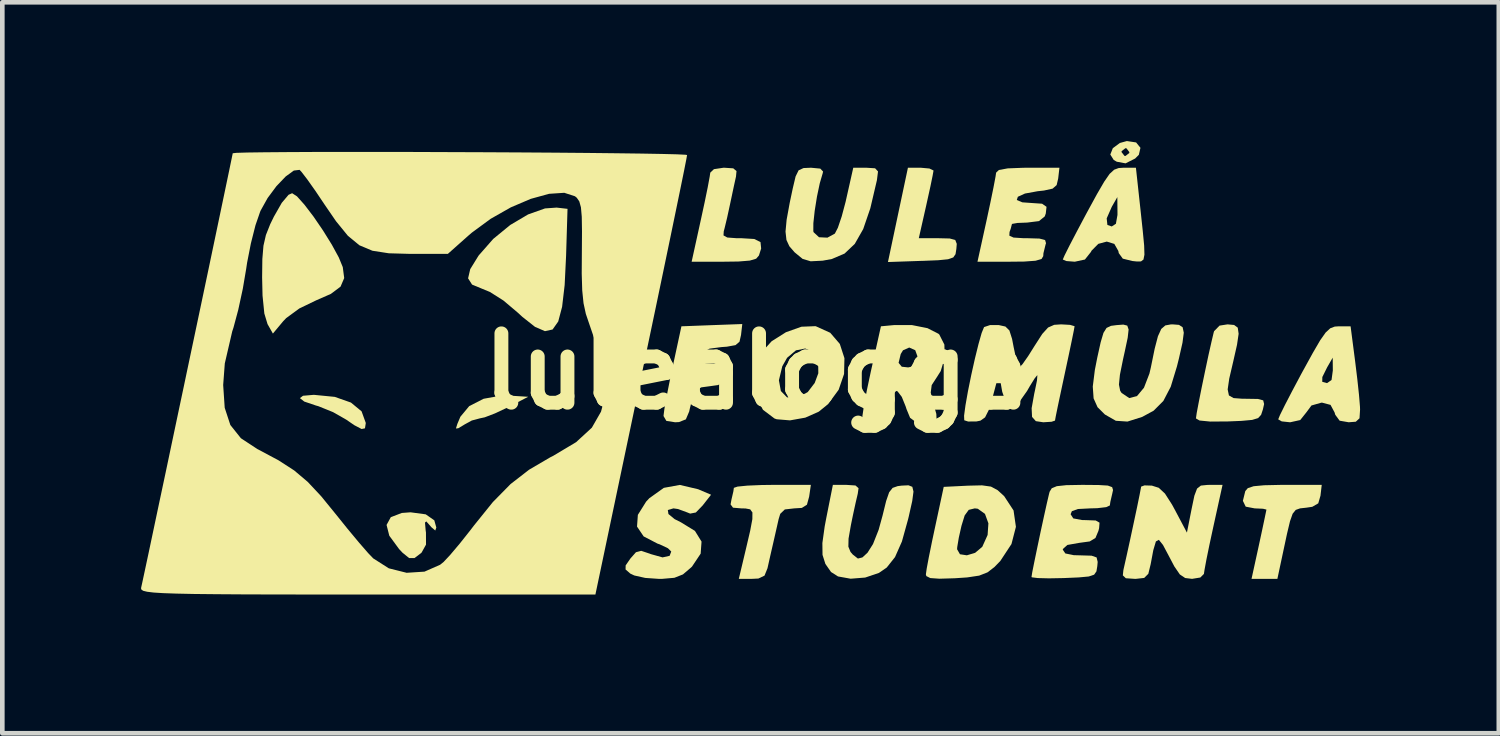
<source format=kicad_pcb>
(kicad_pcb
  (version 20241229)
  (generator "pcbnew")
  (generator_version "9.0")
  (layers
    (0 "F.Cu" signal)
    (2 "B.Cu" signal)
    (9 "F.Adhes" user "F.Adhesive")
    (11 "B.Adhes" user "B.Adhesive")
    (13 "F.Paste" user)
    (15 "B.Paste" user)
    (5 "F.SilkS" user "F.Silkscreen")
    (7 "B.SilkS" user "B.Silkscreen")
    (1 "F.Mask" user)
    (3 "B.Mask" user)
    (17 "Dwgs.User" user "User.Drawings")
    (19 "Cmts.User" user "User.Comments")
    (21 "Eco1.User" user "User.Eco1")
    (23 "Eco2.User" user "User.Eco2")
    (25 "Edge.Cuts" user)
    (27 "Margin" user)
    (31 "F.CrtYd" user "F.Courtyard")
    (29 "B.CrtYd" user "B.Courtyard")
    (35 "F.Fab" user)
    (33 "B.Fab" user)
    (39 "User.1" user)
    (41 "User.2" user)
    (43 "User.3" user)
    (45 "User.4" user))
  (footprint "lulealogga"
    (layer "F.Cu")
    (at 13.328 4.98)
    (property "Reference" "lulealogga" (at 0 0 0) (layer "F.SilkS") (effects (font (size 1.5 1.5) (thickness 0.3))))
    (attr board_only exclude_from_pos_files exclude_from_bom)
    (fp_poly (pts (xy -5.356 0.525) (xy -4.956 0.55) (xy -5.407 0.783) (xy -5.674 0.909) (xy -5.896 0.994) (xy -6 1.016) (xy -6.176 1.063) (xy -6.331 1.148) (xy -6.467 1.23) (xy -6.519 1.236) (xy -6.488 1.136) (xy -6.423 0.982) (xy -6.232 0.752) (xy -5.921 0.593) (xy -5.534 0.523)) (stroke (width 0) (type solid)) (fill yes) (layer "F.SilkS"))
    (fp_poly (pts (xy -9.139 0.552) (xy -8.789 0.675) (xy -8.559 0.865) (xy -8.47 1.111) (xy -8.469 1.122) (xy -8.486 1.232) (xy -8.559 1.247) (xy -8.717 1.164) (xy -8.89 1.045) (xy -9.176 0.882) (xy -9.495 0.753) (xy -9.546 0.739) (xy -9.799 0.653) (xy -9.893 0.579) (xy -9.826 0.528) (xy -9.596 0.508) (xy -9.588 0.508)) (stroke (width 0) (type solid)) (fill yes) (layer "F.SilkS"))
    (fp_poly (pts (xy -7.172 3.092) (xy -6.987 3.221) (xy -6.943 3.377) (xy -6.966 3.442) (xy -7.052 3.368) (xy -7.076 3.339) (xy -7.16 3.245) (xy -7.188 3.27) (xy -7.174 3.435) (xy -7.167 3.485) (xy -7.166 3.747) (xy -7.261 3.918) (xy -7.273 3.93) (xy -7.416 4.038) (xy -7.531 4.038) (xy -7.675 3.921) (xy -7.748 3.843) (xy -7.96 3.554) (xy -8.019 3.321) (xy -7.927 3.153) (xy -7.689 3.062) (xy -7.5 3.048)) (stroke (width 0) (type solid)) (fill yes) (layer "F.SilkS"))
    (fp_poly (pts (xy 8.189 -4.95) (xy 8.283 -4.834) (xy 8.248 -4.682) (xy 8.168 -4.602) (xy 7.961 -4.498) (xy 7.771 -4.533) (xy 7.705 -4.571) (xy 7.631 -4.689) (xy 7.652 -4.741) (xy 7.874 -4.741) (xy 7.938 -4.659) (xy 7.959 -4.657) (xy 8.041 -4.721) (xy 8.043 -4.741) (xy 7.979 -4.824) (xy 7.959 -4.826) (xy 7.876 -4.762) (xy 7.874 -4.741) (xy 7.652 -4.741) (xy 7.685 -4.825) (xy 7.837 -4.938) (xy 7.989 -4.98)) (stroke (width 0) (type solid)) (fill yes) (layer "F.SilkS"))
    (fp_poly (pts (xy -4.106 -3.514) (xy -4.137 -2.498) (xy -4.168 -1.866) (xy -4.223 -1.396) (xy -4.307 -1.078) (xy -4.429 -0.905) (xy -4.594 -0.869) (xy -4.809 -0.962) (xy -5.081 -1.177) (xy -5.179 -1.267) (xy -5.49 -1.53) (xy -5.785 -1.717) (xy -5.948 -1.784) (xy -6.17 -1.876) (xy -6.256 -2.011) (xy -6.21 -2.21) (xy -6.033 -2.497) (xy -6.02 -2.514) (xy -5.712 -2.864) (xy -5.345 -3.165) (xy -4.959 -3.393) (xy -4.593 -3.523) (xy -4.342 -3.541)) (stroke (width 0) (type solid)) (fill yes) (layer "F.SilkS"))
    (fp_poly (pts (xy 3.72 -4.386) (xy 3.807 -4.344) (xy 3.808 -4.339) (xy 3.789 -4.232) (xy 3.742 -4.003) (xy 3.674 -3.695) (xy 3.648 -3.577) (xy 3.49 -2.879) (xy 3.909 -2.879) (xy 4.158 -2.873) (xy 4.278 -2.841) (xy 4.311 -2.757) (xy 4.302 -2.646) (xy 4.284 -2.533) (xy 4.235 -2.463) (xy 4.123 -2.424) (xy 3.913 -2.403) (xy 3.57 -2.389) (xy 3.549 -2.389) (xy 2.823 -2.364) (xy 3.039 -3.384) (xy 3.255 -4.403) (xy 3.533 -4.403)) (stroke (width 0) (type solid)) (fill yes) (layer "F.SilkS"))
    (fp_poly (pts (xy -9.956 -3.784) (xy -9.794 -3.603) (xy -9.598 -3.346) (xy -9.393 -3.046) (xy -9.203 -2.74) (xy -9.052 -2.463) (xy -8.966 -2.254) (xy -8.935 -2.017) (xy -9.014 -1.832) (xy -9.223 -1.675) (xy -9.542 -1.535) (xy -9.905 -1.36) (xy -10.189 -1.152) (xy -10.255 -1.083) (xy -10.477 -0.817) (xy -10.593 -1.022) (xy -10.662 -1.251) (xy -10.701 -1.638) (xy -10.71 -2.032) (xy -10.705 -2.43) (xy -10.681 -2.717) (xy -10.628 -2.948) (xy -10.535 -3.182) (xy -10.456 -3.344) (xy -10.285 -3.644) (xy -10.138 -3.818) (xy -10.061 -3.852)) (stroke (width 0) (type solid)) (fill yes) (layer "F.SilkS"))
    (fp_poly (pts (xy -0.522 -4.39) (xy -0.452 -4.331) (xy -0.463 -4.212) (xy -0.506 -4.017) (xy -0.565 -3.739) (xy -0.595 -3.598) (xy -0.655 -3.322) (xy -0.709 -3.098) (xy -0.728 -3.027) (xy -0.733 -2.939) (xy -0.651 -2.894) (xy -0.45 -2.879) (xy -0.344 -2.879) (xy -0.067 -2.862) (xy 0.067 -2.795) (xy 0.081 -2.656) (xy 0.033 -2.505) (xy -0.027 -2.436) (xy -0.164 -2.395) (xy -0.411 -2.375) (xy -0.72 -2.371) (xy -1.422 -2.371) (xy -1.222 -3.281) (xy -1.14 -3.66) (xy -1.074 -3.982) (xy -1.032 -4.209) (xy -1.019 -4.297) (xy -0.94 -4.372) (xy -0.732 -4.403) (xy -0.718 -4.403)) (stroke (width 0) (type solid)) (fill yes) (layer "F.SilkS"))
    (fp_poly (pts (xy 12.176 2.688) (xy 12.128 2.854) (xy 11.999 2.929) (xy 11.87 2.948) (xy 11.734 2.963) (xy 11.641 2.996) (xy 11.574 3.079) (xy 11.517 3.241) (xy 11.452 3.513) (xy 11.384 3.831) (xy 11.244 4.487) (xy 10.964 4.487) (xy 10.685 4.487) (xy 10.846 3.751) (xy 10.917 3.421) (xy 10.972 3.161) (xy 11.003 3.011) (xy 11.007 2.989) (xy 10.933 2.971) (xy 10.755 2.963) (xy 10.753 2.963) (xy 10.559 2.926) (xy 10.498 2.8) (xy 10.55 2.589) (xy 10.605 2.525) (xy 10.731 2.484) (xy 10.958 2.463) (xy 11.318 2.455) (xy 11.402 2.455) (xy 12.203 2.455)) (stroke (width 0) (type solid)) (fill yes) (layer "F.SilkS"))
    (fp_poly (pts (xy 10.308 -1.003) (xy 10.387 -0.945) (xy 10.406 -0.812) (xy 10.371 -0.574) (xy 10.289 -0.212) (xy 10.203 0.157) (xy 10.169 0.391) (xy 10.196 0.521) (xy 10.296 0.578) (xy 10.48 0.592) (xy 10.576 0.593) (xy 10.822 0.597) (xy 10.937 0.627) (xy 10.957 0.707) (xy 10.93 0.826) (xy 10.892 0.94) (xy 10.827 1.011) (xy 10.698 1.05) (xy 10.468 1.071) (xy 10.175 1.083) (xy 9.794 1.086) (xy 9.56 1.063) (xy 9.483 1.018) (xy 9.499 0.903) (xy 9.544 0.665) (xy 9.607 0.349) (xy 9.68 -0.002) (xy 9.753 -0.346) (xy 9.819 -0.639) (xy 9.866 -0.838) (xy 9.875 -0.868) (xy 9.993 -0.989) (xy 10.166 -1.016)) (stroke (width 0) (type solid)) (fill yes) (layer "F.SilkS"))
    (fp_poly (pts (xy 1.119 2.709) (xy 1.071 2.884) (xy 0.961 2.953) (xy 0.796 2.963) (xy 0.593 2.986) (xy 0.494 3.081) (xy 0.459 3.196) (xy 0.402 3.448) (xy 0.339 3.725) (xy 0.339 3.725) (xy 0.275 4.003) (xy 0.219 4.254) (xy 0.219 4.255) (xy 0.154 4.417) (xy 0.022 4.48) (xy -0.118 4.487) (xy -0.402 4.487) (xy -0.246 3.831) (xy -0.156 3.446) (xy -0.109 3.195) (xy -0.108 3.051) (xy -0.156 2.984) (xy -0.257 2.965) (xy -0.349 2.963) (xy -0.528 2.948) (xy -0.58 2.877) (xy -0.561 2.773) (xy -0.52 2.597) (xy -0.509 2.519) (xy -0.43 2.492) (xy -0.218 2.471) (xy 0.091 2.458) (xy 0.324 2.455) (xy 1.156 2.455)) (stroke (width 0) (type solid)) (fill yes) (layer "F.SilkS"))
    (fp_poly (pts (xy -0.354 -0.787) (xy -0.387 -0.641) (xy -0.473 -0.567) (xy -0.661 -0.533) (xy -0.774 -0.525) (xy -1.034 -0.491) (xy -1.167 -0.421) (xy -1.211 -0.334) (xy -1.215 -0.223) (xy -1.12 -0.177) (xy -0.96 -0.169) (xy -0.764 -0.156) (xy -0.691 -0.091) (xy -0.693 0.064) (xy -0.735 0.222) (xy -0.848 0.296) (xy -1.033 0.322) (xy -1.213 0.346) (xy -1.323 0.406) (xy -1.394 0.542) (xy -1.459 0.795) (xy -1.475 0.868) (xy -1.547 1.038) (xy -1.696 1.097) (xy -1.78 1.101) (xy -1.969 1.071) (xy -2.029 0.968) (xy -2.029 0.953) (xy -2.011 0.811) (xy -1.964 0.547) (xy -1.895 0.2) (xy -1.835 -0.085) (xy -1.643 -0.974) (xy -0.985 -0.999) (xy -0.327 -1.023)) (stroke (width 0) (type solid)) (fill yes) (layer "F.SilkS"))
    (fp_poly (pts (xy 1.264 -0.975) (xy 1.575 -0.834) (xy 1.782 -0.593) (xy 1.882 -0.285) (xy 1.874 0.057) (xy 1.757 0.398) (xy 1.53 0.707) (xy 1.327 0.872) (xy 1.036 1.001) (xy 0.705 1.06) (xy 0.417 1.036) (xy 0.369 1.019) (xy 0.12 0.831) (xy -0.033 0.54) (xy -0.082 0.193) (xy 0.465 0.193) (xy 0.507 0.425) (xy 0.64 0.562) (xy 0.839 0.579) (xy 1.081 0.453) (xy 1.091 0.445) (xy 1.239 0.251) (xy 1.317 0.042) (xy 1.314 -0.238) (xy 1.207 -0.419) (xy 1.034 -0.494) (xy 0.833 -0.454) (xy 0.642 -0.293) (xy 0.538 -0.11) (xy 0.465 0.193) (xy -0.082 0.193) (xy -0.083 0.19) (xy -0.02 -0.177) (xy 0.087 -0.408) (xy 0.308 -0.651) (xy 0.617 -0.846) (xy 0.952 -0.965) (xy 1.252 -0.977)) (stroke (width 0) (type solid)) (fill yes) (layer "F.SilkS"))
    (fp_poly (pts (xy 2.121 2.468) (xy 2.187 2.526) (xy 2.17 2.646) (xy 2.126 2.833) (xy 2.065 3.114) (xy 2.021 3.329) (xy 1.971 3.616) (xy 1.967 3.791) (xy 2.013 3.904) (xy 2.062 3.961) (xy 2.173 4.048) (xy 2.27 4.024) (xy 2.381 3.922) (xy 2.5 3.734) (xy 2.621 3.428) (xy 2.706 3.12) (xy 2.784 2.803) (xy 2.849 2.615) (xy 2.924 2.52) (xy 3.033 2.482) (xy 3.119 2.471) (xy 3.267 2.464) (xy 3.35 2.497) (xy 3.375 2.6) (xy 3.348 2.804) (xy 3.273 3.138) (xy 3.258 3.2) (xy 3.125 3.679) (xy 2.976 4.016) (xy 2.797 4.242) (xy 2.627 4.359) (xy 2.331 4.459) (xy 2.016 4.484) (xy 1.743 4.435) (xy 1.592 4.339) (xy 1.47 4.164) (xy 1.408 3.968) (xy 1.405 3.712) (xy 1.455 3.353) (xy 1.491 3.163) (xy 1.632 2.455) (xy 1.926 2.455)) (stroke (width 0) (type solid)) (fill yes) (layer "F.SilkS"))
    (fp_poly (pts (xy 2.545 -4.391) (xy 2.608 -4.323) (xy 2.586 -4.147) (xy 2.583 -4.128) (xy 2.442 -3.527) (xy 2.288 -3.077) (xy 2.106 -2.757) (xy 1.885 -2.547) (xy 1.609 -2.429) (xy 1.41 -2.393) (xy 1.151 -2.38) (xy 0.977 -2.432) (xy 0.807 -2.572) (xy 0.8 -2.579) (xy 0.691 -2.705) (xy 0.628 -2.841) (xy 0.608 -3.022) (xy 0.632 -3.279) (xy 0.699 -3.646) (xy 0.765 -3.958) (xy 0.826 -4.215) (xy 0.891 -4.347) (xy 0.997 -4.396) (xy 1.159 -4.403) (xy 1.36 -4.384) (xy 1.42 -4.321) (xy 1.412 -4.284) (xy 1.349 -4.068) (xy 1.288 -3.779) (xy 1.239 -3.472) (xy 1.21 -3.204) (xy 1.209 -3.031) (xy 1.215 -3.009) (xy 1.332 -2.9) (xy 1.514 -2.891) (xy 1.675 -2.979) (xy 1.74 -3.105) (xy 1.823 -3.35) (xy 1.907 -3.665) (xy 1.924 -3.741) (xy 2.073 -4.403) (xy 2.355 -4.403)) (stroke (width 0) (type solid)) (fill yes) (layer "F.SilkS"))
    (fp_poly (pts (xy 5.05 2.492) (xy 5.194 2.569) (xy 5.336 2.699) (xy 5.539 3.008) (xy 5.59 3.362) (xy 5.494 3.734) (xy 5.253 4.1) (xy 5.125 4.232) (xy 4.975 4.347) (xy 4.796 4.417) (xy 4.537 4.456) (xy 4.27 4.474) (xy 3.935 4.484) (xy 3.738 4.47) (xy 3.653 4.427) (xy 3.643 4.391) (xy 3.661 4.264) (xy 3.708 4.012) (xy 3.742 3.847) (xy 4.318 3.847) (xy 4.38 3.955) (xy 4.529 3.978) (xy 4.708 3.924) (xy 4.858 3.798) (xy 4.864 3.791) (xy 4.978 3.538) (xy 4.995 3.286) (xy 4.921 3.082) (xy 4.766 2.971) (xy 4.7 2.963) (xy 4.57 2.995) (xy 4.482 3.116) (xy 4.413 3.339) (xy 4.355 3.597) (xy 4.321 3.8) (xy 4.318 3.847) (xy 3.742 3.847) (xy 3.777 3.674) (xy 3.838 3.387) (xy 4.029 2.498) (xy 4.557 2.472) (xy 4.857 2.465)) (stroke (width 0) (type solid)) (fill yes) (layer "F.SilkS"))
    (fp_poly (pts (xy 9.116 -1.005) (xy 9.195 -0.954) (xy 9.22 -0.835) (xy 9.192 -0.619) (xy 9.115 -0.279) (xy 9.072 -0.107) (xy 8.938 0.333) (xy 8.778 0.64) (xy 8.569 0.85) (xy 8.321 0.985) (xy 8.002 1.086) (xy 7.751 1.069) (xy 7.514 0.933) (xy 7.355 0.775) (xy 7.27 0.585) (xy 7.252 0.329) (xy 7.297 -0.031) (xy 7.349 -0.296) (xy 7.423 -0.63) (xy 7.483 -0.832) (xy 7.55 -0.939) (xy 7.645 -0.984) (xy 7.768 -1) (xy 7.913 -1.011) (xy 7.998 -0.989) (xy 8.027 -0.904) (xy 8.007 -0.726) (xy 7.943 -0.425) (xy 7.907 -0.263) (xy 7.839 0.073) (xy 7.818 0.287) (xy 7.844 0.418) (xy 7.875 0.467) (xy 8.041 0.578) (xy 8.208 0.535) (xy 8.359 0.354) (xy 8.477 0.048) (xy 8.508 -0.085) (xy 8.591 -0.491) (xy 8.661 -0.759) (xy 8.733 -0.917) (xy 8.821 -0.993) (xy 8.94 -1.015) (xy 8.978 -1.016)) (stroke (width 0) (type solid)) (fill yes) (layer "F.SilkS"))
    (fp_poly (pts (xy 9.858 3.365) (xy 9.776 3.745) (xy 9.71 4.067) (xy 9.668 4.294) (xy 9.655 4.381) (xy 9.578 4.458) (xy 9.399 4.487) (xy 9.25 4.469) (xy 9.135 4.392) (xy 9.016 4.219) (xy 8.903 4.004) (xy 8.77 3.754) (xy 8.681 3.643) (xy 8.617 3.678) (xy 8.561 3.866) (xy 8.504 4.17) (xy 8.453 4.378) (xy 8.364 4.467) (xy 8.185 4.487) (xy 8.159 4.487) (xy 7.967 4.474) (xy 7.902 4.412) (xy 7.914 4.297) (xy 7.983 3.99) (xy 8.061 3.634) (xy 8.139 3.27) (xy 8.21 2.936) (xy 8.264 2.672) (xy 8.294 2.516) (xy 8.297 2.493) (xy 8.37 2.466) (xy 8.53 2.471) (xy 8.679 2.518) (xy 8.813 2.643) (xy 8.965 2.88) (xy 9.026 2.992) (xy 9.288 3.487) (xy 9.39 2.971) (xy 9.449 2.689) (xy 9.507 2.535) (xy 9.59 2.47) (xy 9.728 2.456) (xy 9.774 2.455) (xy 10.058 2.455)) (stroke (width 0) (type solid)) (fill yes) (layer "F.SilkS"))
    (fp_poly (pts (xy -1.282 2.549) (xy -1.242 2.566) (xy -1.002 2.668) (xy -1.184 2.9) (xy -1.331 3.052) (xy -1.454 3.076) (xy -1.524 3.048) (xy -1.718 2.977) (xy -1.815 2.963) (xy -1.937 2.998) (xy -1.924 3.085) (xy -1.791 3.195) (xy -1.654 3.264) (xy -1.351 3.45) (xy -1.208 3.681) (xy -1.227 3.942) (xy -1.413 4.22) (xy -1.433 4.24) (xy -1.61 4.391) (xy -1.795 4.464) (xy -2.059 4.487) (xy -2.136 4.487) (xy -2.425 4.467) (xy -2.662 4.414) (xy -2.749 4.373) (xy -2.851 4.284) (xy -2.849 4.196) (xy -2.746 4.047) (xy -2.626 3.911) (xy -2.512 3.881) (xy -2.327 3.943) (xy -2.305 3.952) (xy -2.051 4.023) (xy -1.898 3.989) (xy -1.863 3.896) (xy -1.935 3.825) (xy -2.113 3.741) (xy -2.16 3.725) (xy -2.46 3.569) (xy -2.603 3.357) (xy -2.585 3.103) (xy -2.406 2.817) (xy -2.337 2.743) (xy -2.023 2.519) (xy -1.677 2.456)) (stroke (width 0) (type solid)) (fill yes) (layer "F.SilkS"))
    (fp_poly (pts (xy 8.284 -3.493) (xy 8.333 -3.035) (xy 8.363 -2.721) (xy 8.369 -2.523) (xy 8.348 -2.417) (xy 8.294 -2.377) (xy 8.203 -2.376) (xy 8.107 -2.386) (xy 7.901 -2.437) (xy 7.814 -2.557) (xy 7.805 -2.603) (xy 7.718 -2.756) (xy 7.555 -2.806) (xy 7.372 -2.757) (xy 7.226 -2.61) (xy 7.212 -2.582) (xy 7.082 -2.418) (xy 6.864 -2.371) (xy 6.86 -2.371) (xy 6.681 -2.385) (xy 6.604 -2.418) (xy 6.604 -2.419) (xy 6.642 -2.507) (xy 6.746 -2.715) (xy 6.901 -3.012) (xy 7.058 -3.308) (xy 7.553 -3.308) (xy 7.568 -3.166) (xy 7.662 -3.133) (xy 7.752 -3.191) (xy 7.786 -3.382) (xy 7.786 -3.45) (xy 7.783 -3.768) (xy 7.662 -3.556) (xy 7.553 -3.308) (xy 7.058 -3.308) (xy 7.091 -3.37) (xy 7.126 -3.435) (xy 7.342 -3.831) (xy 7.499 -4.101) (xy 7.616 -4.27) (xy 7.714 -4.36) (xy 7.811 -4.396) (xy 7.916 -4.403) (xy 8.185 -4.403)) (stroke (width 0) (type solid)) (fill yes) (layer "F.SilkS"))
    (fp_poly (pts (xy 12.926 -0.212) (xy 12.972 0.166) (xy 13.009 0.511) (xy 13.03 0.767) (xy 13.032 0.826) (xy 13.02 1.015) (xy 12.94 1.089) (xy 12.786 1.101) (xy 12.59 1.067) (xy 12.495 0.938) (xy 12.481 0.889) (xy 12.393 0.725) (xy 12.211 0.677) (xy 12.196 0.677) (xy 11.981 0.738) (xy 11.869 0.889) (xy 11.738 1.053) (xy 11.521 1.101) (xy 11.516 1.101) (xy 11.338 1.082) (xy 11.262 1.038) (xy 11.262 1.037) (xy 11.301 0.943) (xy 11.406 0.73) (xy 11.562 0.429) (xy 11.67 0.226) (xy 12.214 0.226) (xy 12.315 0.254) (xy 12.319 0.254) (xy 12.415 0.187) (xy 12.443 -0.021) (xy 12.44 -0.296) (xy 12.319 -0.085) (xy 12.216 0.123) (xy 12.214 0.226) (xy 11.67 0.226) (xy 11.754 0.068) (xy 11.791 0) (xy 12.01 -0.398) (xy 12.169 -0.671) (xy 12.288 -0.84) (xy 12.387 -0.931) (xy 12.484 -0.968) (xy 12.573 -0.974) (xy 12.827 -0.974)) (stroke (width 0) (type solid)) (fill yes) (layer "F.SilkS"))
    (fp_poly (pts (xy 6.504 -4.17) (xy 6.471 -4.028) (xy 6.384 -3.951) (xy 6.197 -3.91) (xy 6.06 -3.895) (xy 5.786 -3.845) (xy 5.632 -3.775) (xy 5.609 -3.705) (xy 5.728 -3.655) (xy 5.92 -3.641) (xy 6.156 -3.625) (xy 6.252 -3.558) (xy 6.236 -3.414) (xy 6.214 -3.351) (xy 6.089 -3.249) (xy 5.833 -3.217) (xy 5.624 -3.209) (xy 5.51 -3.189) (xy 5.503 -3.182) (xy 5.477 -3.082) (xy 5.452 -3.013) (xy 5.448 -2.934) (xy 5.538 -2.893) (xy 5.755 -2.879) (xy 5.842 -2.879) (xy 6.1 -2.871) (xy 6.221 -2.839) (xy 6.241 -2.771) (xy 6.232 -2.745) (xy 6.185 -2.554) (xy 6.181 -2.491) (xy 6.144 -2.43) (xy 6.015 -2.392) (xy 5.767 -2.374) (xy 5.47 -2.371) (xy 4.759 -2.371) (xy 4.959 -3.281) (xy 5.04 -3.66) (xy 5.106 -3.982) (xy 5.149 -4.209) (xy 5.162 -4.297) (xy 5.222 -4.354) (xy 5.412 -4.389) (xy 5.748 -4.402) (xy 5.848 -4.403) (xy 6.531 -4.403)) (stroke (width 0) (type solid)) (fill yes) (layer "F.SilkS"))
    (fp_poly (pts (xy 3.34 -1.001) (xy 3.677 -0.934) (xy 3.915 -0.813) (xy 3.934 -0.795) (xy 4.043 -0.579) (xy 4.051 -0.295) (xy 3.964 -0.006) (xy 3.883 0.122) (xy 3.769 0.297) (xy 3.748 0.459) (xy 3.799 0.673) (xy 3.869 0.921) (xy 3.874 1.048) (xy 3.794 1.094) (xy 3.612 1.101) (xy 3.602 1.101) (xy 3.41 1.085) (xy 3.302 1.005) (xy 3.224 0.816) (xy 3.207 0.762) (xy 3.122 0.552) (xy 3.031 0.433) (xy 3.003 0.423) (xy 2.927 0.498) (xy 2.861 0.685) (xy 2.846 0.762) (xy 2.797 0.981) (xy 2.718 1.078) (xy 2.568 1.101) (xy 2.553 1.101) (xy 2.365 1.087) (xy 2.271 1.057) (xy 2.271 0.963) (xy 2.305 0.737) (xy 2.366 0.413) (xy 2.448 0.026) (xy 2.449 0.02) (xy 2.495 -0.184) (xy 3.053 -0.184) (xy 3.122 -0.1) (xy 3.26 -0.085) (xy 3.421 -0.12) (xy 3.47 -0.257) (xy 3.471 -0.296) (xy 3.413 -0.457) (xy 3.283 -0.515) (xy 3.148 -0.455) (xy 3.099 -0.374) (xy 3.053 -0.184) (xy 2.495 -0.184) (xy 2.671 -0.974) (xy 2.96 -1.001)) (stroke (width 0) (type solid)) (fill yes) (layer "F.SilkS"))
    (fp_poly (pts (xy 7.379 2.458) (xy 7.578 2.47) (xy 7.671 2.504) (xy 7.69 2.567) (xy 7.673 2.646) (xy 7.632 2.822) (xy 7.621 2.9) (xy 7.544 2.936) (xy 7.349 2.959) (xy 7.197 2.963) (xy 6.93 2.977) (xy 6.8 3.024) (xy 6.773 3.09) (xy 6.831 3.18) (xy 7.019 3.215) (xy 7.105 3.217) (xy 7.316 3.225) (xy 7.398 3.272) (xy 7.389 3.391) (xy 7.374 3.45) (xy 7.31 3.603) (xy 7.186 3.678) (xy 6.958 3.709) (xy 6.703 3.754) (xy 6.606 3.841) (xy 6.604 3.857) (xy 6.659 3.938) (xy 6.841 3.975) (xy 6.991 3.979) (xy 7.226 3.986) (xy 7.335 4.024) (xy 7.358 4.121) (xy 7.35 4.212) (xy 7.331 4.326) (xy 7.281 4.397) (xy 7.165 4.436) (xy 6.948 4.456) (xy 6.625 4.47) (xy 6.305 4.476) (xy 6.063 4.47) (xy 5.936 4.454) (xy 5.927 4.447) (xy 5.943 4.345) (xy 5.988 4.12) (xy 6.051 3.816) (xy 6.123 3.474) (xy 6.196 3.138) (xy 6.26 2.849) (xy 6.306 2.652) (xy 6.319 2.603) (xy 6.365 2.528) (xy 6.474 2.483) (xy 6.68 2.461) (xy 7.018 2.455) (xy 7.043 2.455)) (stroke (width 0) (type solid)) (fill yes) (layer "F.SilkS"))
    (fp_poly (pts (xy 6.761 -1.005) (xy 6.856 -0.977) (xy 6.858 -0.972) (xy 6.841 -0.877) (xy 6.795 -0.651) (xy 6.727 -0.327) (xy 6.646 0.051) (xy 6.564 0.435) (xy 6.496 0.755) (xy 6.451 0.976) (xy 6.435 1.065) (xy 6.361 1.09) (xy 6.183 1.101) (xy 6.181 1.101) (xy 6.021 1.077) (xy 5.939 0.985) (xy 5.93 0.797) (xy 5.986 0.485) (xy 6.004 0.402) (xy 6.045 0.2) (xy 6.054 0.091) (xy 6.05 0.085) (xy 5.996 0.151) (xy 5.891 0.32) (xy 5.832 0.423) (xy 5.655 0.674) (xy 5.502 0.76) (xy 5.379 0.683) (xy 5.294 0.442) (xy 5.287 0.402) (xy 5.224 0.042) (xy 5.089 0.55) (xy 5.003 0.836) (xy 4.923 0.995) (xy 4.823 1.066) (xy 4.738 1.083) (xy 4.557 1.085) (xy 4.473 1.058) (xy 4.469 0.959) (xy 4.499 0.736) (xy 4.553 0.43) (xy 4.624 0.08) (xy 4.703 -0.274) (xy 4.781 -0.59) (xy 4.849 -0.83) (xy 4.9 -0.954) (xy 4.903 -0.958) (xy 5.032 -1.001) (xy 5.218 -1.001) (xy 5.363 -0.969) (xy 5.449 -0.884) (xy 5.507 -0.701) (xy 5.54 -0.529) (xy 5.592 -0.283) (xy 5.642 -0.122) (xy 5.667 -0.087) (xy 5.732 -0.155) (xy 5.855 -0.33) (xy 5.995 -0.553) (xy 6.159 -0.808) (xy 6.286 -0.948) (xy 6.418 -1.006) (xy 6.567 -1.016)) (stroke (width 0) (type solid)) (fill yes) (layer "F.SilkS"))
    (fp_poly (pts (xy -7.476 -4.744) (xy -6.693 -4.741) (xy -5.904 -4.738) (xy -5.127 -4.734) (xy -4.381 -4.729) (xy -3.683 -4.723) (xy -3.052 -4.716) (xy -2.506 -4.709) (xy -2.062 -4.701) (xy -1.74 -4.693) (xy -1.556 -4.684) (xy -1.521 -4.678) (xy -1.537 -4.586) (xy -1.585 -4.342) (xy -1.662 -3.964) (xy -1.765 -3.464) (xy -1.89 -2.859) (xy -2.035 -2.162) (xy -2.196 -1.39) (xy -2.371 -0.557) (xy -2.51 0.106) (xy -3.503 4.826) (xy -8.432 4.826) (xy -9.47 4.826) (xy -10.352 4.825) (xy -11.089 4.823) (xy -11.695 4.819) (xy -12.182 4.814) (xy -12.563 4.806) (xy -12.851 4.796) (xy -13.057 4.783) (xy -13.196 4.766) (xy -13.279 4.746) (xy -13.318 4.722) (xy -13.328 4.693) (xy -13.326 4.678) (xy -13.301 4.565) (xy -13.246 4.308) (xy -13.164 3.924) (xy -13.06 3.432) (xy -12.937 2.85) (xy -12.798 2.196) (xy -12.649 1.488) (xy -12.492 0.744) (xy -12.397 0.296) (xy -11.552 0.296) (xy -11.519 0.788) (xy -11.397 1.16) (xy -11.169 1.446) (xy -10.815 1.679) (xy -10.789 1.692) (xy -10.355 1.924) (xy -10.016 2.143) (xy -9.724 2.39) (xy -9.431 2.703) (xy -9.128 3.075) (xy -8.863 3.404) (xy -8.616 3.701) (xy -8.417 3.93) (xy -8.308 4.044) (xy -7.971 4.259) (xy -7.585 4.356) (xy -7.199 4.331) (xy -6.862 4.183) (xy -6.785 4.121) (xy -6.643 3.969) (xy -6.437 3.725) (xy -6.206 3.434) (xy -6.129 3.333) (xy -5.72 2.826) (xy -5.337 2.437) (xy -4.937 2.127) (xy -4.478 1.858) (xy -4.416 1.827) (xy -3.92 1.531) (xy -3.58 1.218) (xy -3.382 0.872) (xy -3.335 0.698) (xy -3.319 0.329) (xy -3.381 -0.14) (xy -3.512 -0.663) (xy -3.633 -1.016) (xy -3.71 -1.243) (xy -3.76 -1.474) (xy -3.788 -1.75) (xy -3.799 -2.114) (xy -3.796 -2.573) (xy -3.793 -3.027) (xy -3.798 -3.342) (xy -3.816 -3.547) (xy -3.851 -3.674) (xy -3.905 -3.753) (xy -3.945 -3.786) (xy -4.176 -3.861) (xy -4.505 -3.839) (xy -4.901 -3.73) (xy -5.332 -3.546) (xy -5.767 -3.299) (xy -6.174 -3) (xy -6.252 -2.933) (xy -6.694 -2.54) (xy -7.507 -2.54) (xy -7.971 -2.553) (xy -8.325 -2.608) (xy -8.606 -2.726) (xy -8.855 -2.931) (xy -9.111 -3.245) (xy -9.354 -3.599) (xy -9.559 -3.904) (xy -9.736 -4.154) (xy -9.86 -4.315) (xy -9.9 -4.357) (xy -10.024 -4.342) (xy -10.2 -4.214) (xy -10.4 -4.005) (xy -10.591 -3.748) (xy -10.742 -3.477) (xy -10.753 -3.451) (xy -10.854 -3.158) (xy -10.953 -2.766) (xy -11.035 -2.348) (xy -11.054 -2.22) (xy -11.128 -1.784) (xy -11.226 -1.331) (xy -11.33 -0.943) (xy -11.356 -0.865) (xy -11.517 -0.171) (xy -11.552 0.296) (xy -12.397 0.296) (xy -12.331 -0.019) (xy -12.17 -0.781) (xy -12.013 -1.525) (xy -11.864 -2.233) (xy -11.727 -2.887) (xy -11.605 -3.469) (xy -11.502 -3.961) (xy -11.422 -4.344) (xy -11.369 -4.6) (xy -11.346 -4.713) (xy -11.345 -4.716) (xy -11.264 -4.725) (xy -11.031 -4.732) (xy -10.665 -4.737) (xy -10.184 -4.741) (xy -9.607 -4.744) (xy -8.951 -4.745) (xy -8.234 -4.745)) (stroke (width 0) (type solid)) (fill yes) (layer "F.SilkS")))
  (gr_rect
    (start -3 -3)
    (end 29.36 12.806)
    (stroke (width 0.1) (type default))
    (fill no)
    (layer "Edge.Cuts")))
</source>
